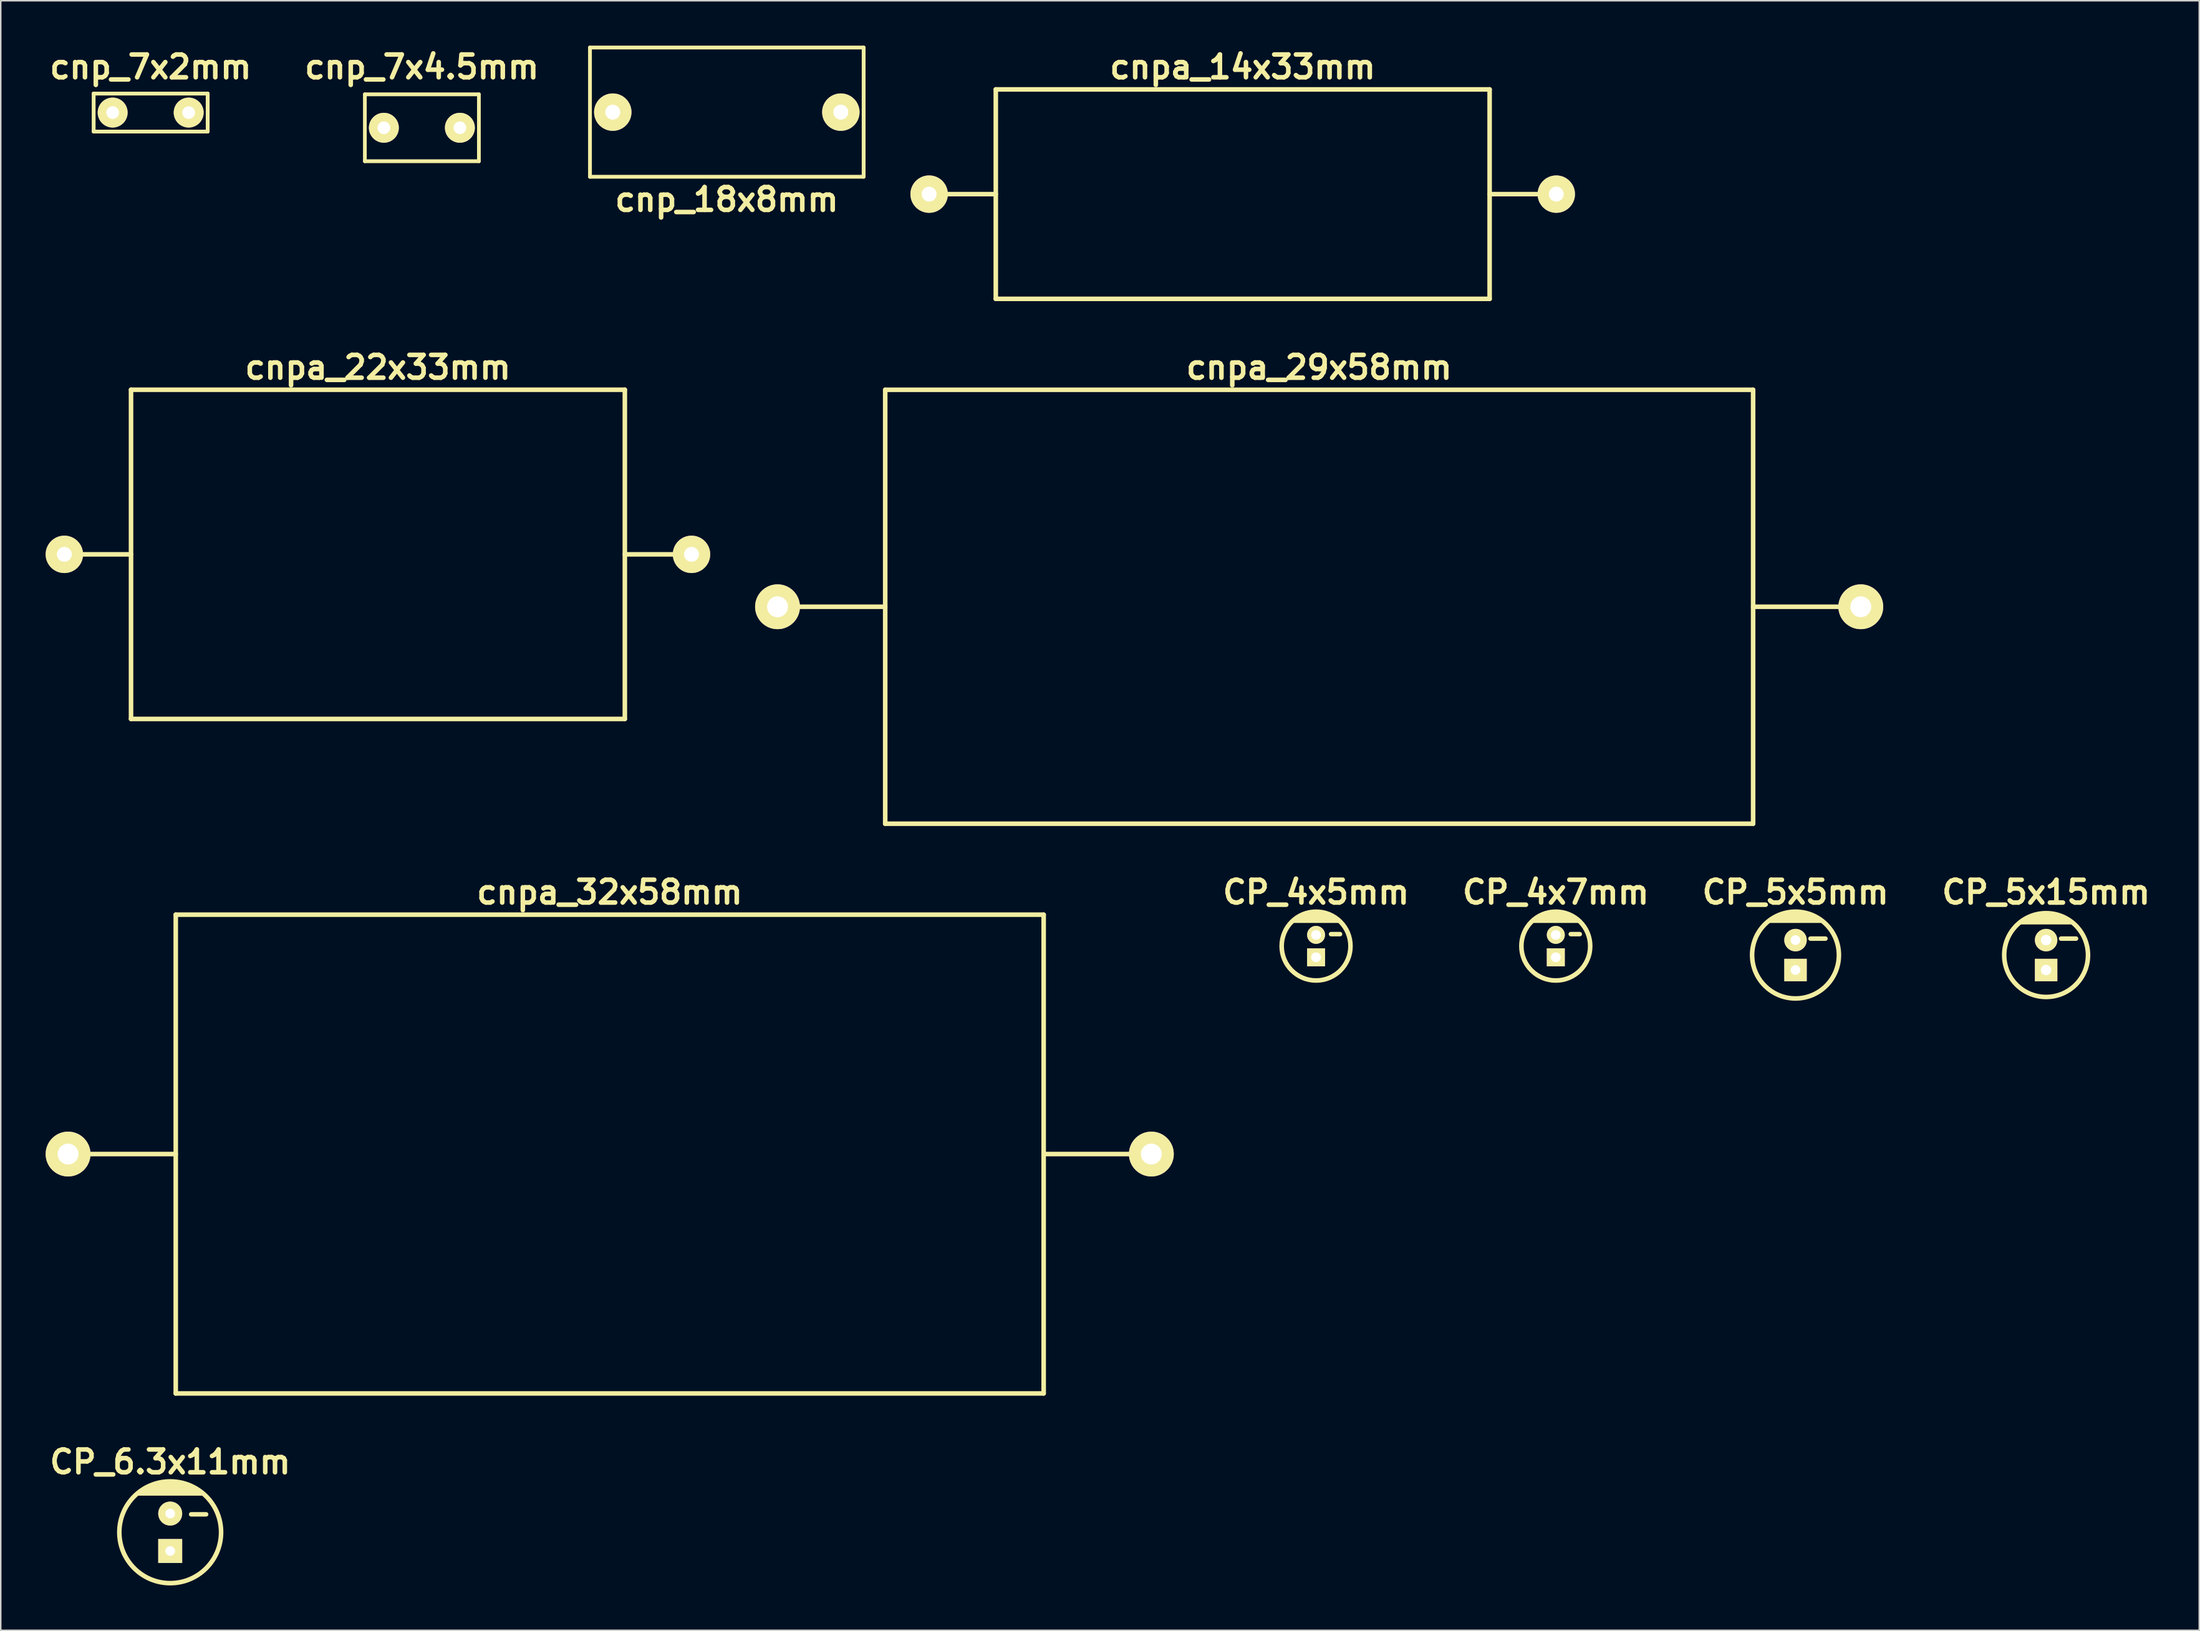
<source format=kicad_pcb>
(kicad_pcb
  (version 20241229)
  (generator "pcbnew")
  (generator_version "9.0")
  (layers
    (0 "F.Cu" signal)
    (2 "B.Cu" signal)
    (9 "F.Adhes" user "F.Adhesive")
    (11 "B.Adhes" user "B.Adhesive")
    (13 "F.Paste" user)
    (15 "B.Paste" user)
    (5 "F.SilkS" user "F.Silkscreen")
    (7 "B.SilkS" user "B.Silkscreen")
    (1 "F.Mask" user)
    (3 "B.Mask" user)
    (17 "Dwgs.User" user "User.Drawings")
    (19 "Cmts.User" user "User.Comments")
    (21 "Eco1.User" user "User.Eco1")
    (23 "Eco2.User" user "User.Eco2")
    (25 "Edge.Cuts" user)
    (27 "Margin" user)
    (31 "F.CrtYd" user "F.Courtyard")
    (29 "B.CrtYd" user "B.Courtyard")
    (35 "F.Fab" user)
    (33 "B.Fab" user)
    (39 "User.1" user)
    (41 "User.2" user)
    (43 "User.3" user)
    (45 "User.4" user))
  (footprint "cnp_7x2mm"
    (layer "F.Cu")
    (at 7.018 4.474)
    (property "Reference" "cnp_7x2mm" (at 0 -3.048 0) (layer "F.SilkS") (effects (font (size 1.524 1.524) (thickness 0.305))))
    (attr through_hole)
    (fp_line (start -3.81 -1.27) (end 3.81 -1.27) (stroke (width 0.254) (type solid)) (layer "F.SilkS"))
    (fp_line (start -3.81 1.27) (end -3.81 -1.27) (stroke (width 0.254) (type solid)) (layer "F.SilkS"))
    (fp_line (start 3.81 -1.27) (end 3.81 1.27) (stroke (width 0.254) (type solid)) (layer "F.SilkS"))
    (fp_line (start 3.81 1.27) (end -3.81 1.27) (stroke (width 0.254) (type solid)) (layer "F.SilkS"))
    (pad "1" thru_hole circle (at -2.54 0) (size 1.999 1.999) (drill 0.848) (layers "*.Cu" "*.Mask" "F.SilkS"))
    (pad "2" thru_hole circle (at 2.54 0) (size 1.999 1.999) (drill 0.848) (layers "*.Cu" "*.Mask" "F.SilkS")))
  (footprint "CP_4x5mm"
    (layer "F.Cu")
    (at 84.897 60.184)
    (property "Reference" "CP_4x5mm" (at 0 -3.6 0) (layer "F.SilkS") (effects (font (size 1.524 1.524) (thickness 0.305))))
    (attr through_hole)
    (fp_line (start -1.5 -1.7) (end 1.5 -1.7) (stroke (width 0.305) (type solid)) (layer "F.SilkS"))
    (fp_line (start -1.2 -1.9) (end 1.2 -1.9) (stroke (width 0.305) (type solid)) (layer "F.SilkS"))
    (fp_line (start -0.7 -2.1) (end 0.7 -2.1) (stroke (width 0.305) (type solid)) (layer "F.SilkS"))
    (fp_line (start 1 -0.8) (end 1.6 -0.8) (stroke (width 0.3) (type solid)) (layer "F.SilkS"))
    (fp_circle (center 0 0) (end -2.3 0) (stroke (width 0.305) (type solid)) (fill no) (layer "F.SilkS"))
    (pad "1" thru_hole rect (at 0 0.75) (size 1.2 1.2) (drill 0.65) (layers "*.Cu" "*.Mask" "F.SilkS"))
    (pad "2" thru_hole circle (at 0 -0.75) (size 1.2 1.2) (drill 0.65) (layers "*.Cu" "*.Mask" "F.SilkS")))
  (footprint "cnpa_22x33mm"
    (layer "F.Cu")
    (at 22.205 34.001)
    (property "Reference" "cnpa_22x33mm" (at 0 -12.497 0) (layer "F.SilkS") (effects (font (size 1.524 1.524) (thickness 0.305))))
    (attr through_hole)
    (fp_line (start -16.5 -11.001) (end 16.5 -11.001) (stroke (width 0.305) (type solid)) (layer "F.SilkS"))
    (fp_line (start -16.5 0) (end -21.001 0) (stroke (width 0.305) (type solid)) (layer "F.SilkS"))
    (fp_line (start -16.5 11.001) (end -16.5 -11.001) (stroke (width 0.305) (type solid)) (layer "F.SilkS"))
    (fp_line (start 16.5 -11.001) (end 16.5 11.001) (stroke (width 0.305) (type solid)) (layer "F.SilkS"))
    (fp_line (start 16.5 11.001) (end -16.5 11.001) (stroke (width 0.305) (type solid)) (layer "F.SilkS"))
    (fp_line (start 20.998 0) (end 16.497 0) (stroke (width 0.305) (type solid)) (layer "F.SilkS"))
    (pad "1" thru_hole circle (at 20.955 0) (size 2.499 2.499) (drill 0.996) (layers "*.Cu" "*.Mask" "F.SilkS"))
    (pad "2" thru_hole circle (at -20.955 0) (size 2.499 2.499) (drill 0.996) (layers "*.Cu" "*.Mask" "F.SilkS")))
  (footprint "CP_5x5mm"
    (layer "F.Cu")
    (at 116.935 60.784)
    (property "Reference" "CP_5x5mm" (at 0 -4.2 0) (layer "F.SilkS") (effects (font (size 1.524 1.524) (thickness 0.305))))
    (attr through_hole)
    (fp_line (start -1.7 -2.3) (end 1.7 -2.3) (stroke (width 0.305) (type solid)) (layer "F.SilkS"))
    (fp_line (start -1.3 -2.5) (end 1.3 -2.5) (stroke (width 0.305) (type solid)) (layer "F.SilkS"))
    (fp_line (start -0.8 -2.7) (end 0.8 -2.7) (stroke (width 0.305) (type solid)) (layer "F.SilkS"))
    (fp_line (start 1 -1.1) (end 2 -1.1) (stroke (width 0.3) (type solid)) (layer "F.SilkS"))
    (fp_circle (center 0 0) (end 2.9 0) (stroke (width 0.305) (type solid)) (fill no) (layer "F.SilkS"))
    (pad "1" thru_hole rect (at 0 1) (size 1.5 1.5) (drill 0.65) (layers "*.Cu" "*.Mask" "F.SilkS"))
    (pad "2" thru_hole circle (at 0 -1) (size 1.5 1.5) (drill 0.65) (layers "*.Cu" "*.Mask" "F.SilkS")))
  (footprint "cnpa_32x58mm"
    (layer "F.Cu")
    (at 37.694 74.084)
    (property "Reference" "cnpa_32x58mm" (at 0 -17.501 0) (layer "F.SilkS") (effects (font (size 1.524 1.524) (thickness 0.305))))
    (attr through_hole)
    (fp_line (start -28.999 -15.999) (end 28.999 -15.999) (stroke (width 0.305) (type solid)) (layer "F.SilkS"))
    (fp_line (start -28.999 0) (end -36.5 0) (stroke (width 0.305) (type solid)) (layer "F.SilkS"))
    (fp_line (start -28.999 15.999) (end -28.999 -15.999) (stroke (width 0.305) (type solid)) (layer "F.SilkS"))
    (fp_line (start 28.999 -15.999) (end 28.999 15.999) (stroke (width 0.305) (type solid)) (layer "F.SilkS"))
    (fp_line (start 28.999 0) (end 36.5 0) (stroke (width 0.305) (type solid)) (layer "F.SilkS"))
    (fp_line (start 28.999 15.999) (end -28.999 15.999) (stroke (width 0.305) (type solid)) (layer "F.SilkS"))
    (pad "1" thru_hole circle (at 36.195 0) (size 2.997 2.997) (drill 1.397) (layers "*.Cu" "*.Mask" "F.SilkS"))
    (pad "2" thru_hole circle (at -36.195 0) (size 2.997 2.997) (drill 1.397) (layers "*.Cu" "*.Mask" "F.SilkS")))
  (footprint "CP_5x15mm"
    (layer "F.Cu")
    (at 133.681 60.784)
    (property "Reference" "CP_5x15mm" (at 0 -4.2 0) (layer "F.SilkS") (effects (font (size 1.524 1.524) (thickness 0.305))))
    (attr through_hole)
    (fp_line (start -1.7 -2.2) (end 1.7 -2.2) (stroke (width 0.305) (type solid)) (layer "F.SilkS"))
    (fp_line (start -1.3 -2.4) (end 1.3 -2.4) (stroke (width 0.305) (type solid)) (layer "F.SilkS"))
    (fp_line (start -0.8 -2.6) (end 0.8 -2.6) (stroke (width 0.305) (type solid)) (layer "F.SilkS"))
    (fp_line (start 1 -1.1) (end 2 -1.1) (stroke (width 0.3) (type solid)) (layer "F.SilkS"))
    (fp_circle (center 0 0) (end 2.8 0) (stroke (width 0.305) (type solid)) (fill no) (layer "F.SilkS"))
    (pad "1" thru_hole rect (at 0 1) (size 1.5 1.5) (drill 0.7) (layers "*.Cu" "*.Mask" "F.SilkS"))
    (pad "2" thru_hole circle (at 0 -1) (size 1.5 1.5) (drill 0.7) (layers "*.Cu" "*.Mask" "F.SilkS")))
  (footprint "cnp_7x4.5mm"
    (layer "F.Cu")
    (at 25.142 5.49)
    (property "Reference" "cnp_7x4.5mm" (at 0 -4.064 0) (layer "F.SilkS") (effects (font (size 1.524 1.524) (thickness 0.305))))
    (attr through_hole)
    (fp_line (start -3.81 -2.235) (end 3.81 -2.235) (stroke (width 0.254) (type solid)) (layer "F.SilkS"))
    (fp_line (start -3.81 2.235) (end -3.81 -2.235) (stroke (width 0.249) (type solid)) (layer "F.SilkS"))
    (fp_line (start 3.81 2.235) (end -3.81 2.235) (stroke (width 0.254) (type solid)) (layer "F.SilkS"))
    (fp_line (start 3.81 2.235) (end 3.81 -2.235) (stroke (width 0.249) (type solid)) (layer "F.SilkS"))
    (pad "1" thru_hole circle (at -2.54 0) (size 1.999 1.999) (drill 0.848) (layers "*.Cu" "*.Mask" "F.SilkS"))
    (pad "2" thru_hole circle (at 2.54 0) (size 1.999 1.999) (drill 0.848) (layers "*.Cu" "*.Mask" "F.SilkS")))
  (footprint "CP_4x7mm"
    (layer "F.Cu")
    (at 100.916 60.184)
    (property "Reference" "CP_4x7mm" (at 0 -3.6 0) (layer "F.SilkS") (effects (font (size 1.524 1.524) (thickness 0.305))))
    (attr through_hole)
    (fp_line (start -1.5 -1.7) (end 1.5 -1.7) (stroke (width 0.305) (type solid)) (layer "F.SilkS"))
    (fp_line (start -1.2 -1.9) (end 1.2 -1.9) (stroke (width 0.305) (type solid)) (layer "F.SilkS"))
    (fp_line (start -0.7 -2.1) (end 0.7 -2.1) (stroke (width 0.305) (type solid)) (layer "F.SilkS"))
    (fp_line (start 1 -0.8) (end 1.6 -0.8) (stroke (width 0.3) (type solid)) (layer "F.SilkS"))
    (fp_circle (center 0 0) (end -2.3 0) (stroke (width 0.305) (type solid)) (fill no) (layer "F.SilkS"))
    (pad "1" thru_hole rect (at 0 0.75) (size 1.2 1.2) (drill 0.65) (layers "*.Cu" "*.Mask" "F.SilkS"))
    (pad "2" thru_hole circle (at 0 -0.75) (size 1.2 1.2) (drill 0.65) (layers "*.Cu" "*.Mask" "F.SilkS")))
  (footprint "CP_6.3x11mm"
    (layer "F.Cu")
    (at 8.324 99.363)
    (property "Reference" "CP_6.3x11mm" (at 0 -4.7 0) (layer "F.SilkS") (effects (font (size 1.524 1.524) (thickness 0.305))))
    (attr through_hole)
    (fp_line (start -2.1 -2.6) (end 2.1 -2.6) (stroke (width 0.305) (type solid)) (layer "F.SilkS"))
    (fp_line (start -1.8 -2.8) (end 1.8 -2.8) (stroke (width 0.305) (type solid)) (layer "F.SilkS"))
    (fp_line (start -1.4 -3) (end 1.4 -3) (stroke (width 0.305) (type solid)) (layer "F.SilkS"))
    (fp_line (start -0.8 -3.2) (end 0.9 -3.2) (stroke (width 0.305) (type solid)) (layer "F.SilkS"))
    (fp_line (start 1.4 -1.2) (end 2.4 -1.2) (stroke (width 0.3) (type solid)) (layer "F.SilkS"))
    (fp_circle (center 0 0) (end -3.4 0) (stroke (width 0.305) (type solid)) (fill no) (layer "F.SilkS"))
    (pad "1" thru_hole rect (at 0 1.25) (size 1.6 1.6) (drill 0.65) (layers "*.Cu" "*.Mask" "F.SilkS"))
    (pad "2" thru_hole circle (at 0 -1.25) (size 1.6 1.6) (drill 0.65) (layers "*.Cu" "*.Mask" "F.SilkS")))
  (footprint "cnpa_29x58mm"
    (layer "F.Cu")
    (at 85.103 37.504)
    (property "Reference" "cnpa_29x58mm" (at 0 -15.999 0) (layer "F.SilkS") (effects (font (size 1.524 1.524) (thickness 0.305))))
    (attr through_hole)
    (fp_line (start -28.999 -14.501) (end 28.999 -14.501) (stroke (width 0.305) (type solid)) (layer "F.SilkS"))
    (fp_line (start -28.999 0) (end -36.5 0) (stroke (width 0.305) (type solid)) (layer "F.SilkS"))
    (fp_line (start -28.999 14.501) (end -28.999 -14.501) (stroke (width 0.305) (type solid)) (layer "F.SilkS"))
    (fp_line (start 28.999 -14.501) (end 28.999 14.501) (stroke (width 0.305) (type solid)) (layer "F.SilkS"))
    (fp_line (start 28.999 0) (end 36.5 0) (stroke (width 0.305) (type solid)) (layer "F.SilkS"))
    (fp_line (start 28.999 14.501) (end -28.999 14.501) (stroke (width 0.305) (type solid)) (layer "F.SilkS"))
    (pad "1" thru_hole circle (at 36.195 0) (size 2.997 2.997) (drill 1.397) (layers "*.Cu" "*.Mask" "F.SilkS"))
    (pad "2" thru_hole circle (at -36.195 0) (size 2.997 2.997) (drill 1.397) (layers "*.Cu" "*.Mask" "F.SilkS")))
  (footprint "cnpa_14x33mm"
    (layer "F.Cu")
    (at 79.994 9.925)
    (property "Reference" "cnpa_14x33mm" (at 0 -8.499 0) (layer "F.SilkS") (effects (font (size 1.524 1.524) (thickness 0.305))))
    (attr through_hole)
    (fp_line (start -16.5 -7) (end -16.5 7) (stroke (width 0.305) (type solid)) (layer "F.SilkS"))
    (fp_line (start -16.5 -7) (end 16.5 -7) (stroke (width 0.305) (type solid)) (layer "F.SilkS"))
    (fp_line (start -16.5 0) (end -21.001 0) (stroke (width 0.305) (type solid)) (layer "F.SilkS"))
    (fp_line (start 16.5 -7) (end 16.5 7) (stroke (width 0.305) (type solid)) (layer "F.SilkS"))
    (fp_line (start 16.5 7) (end -16.5 7) (stroke (width 0.305) (type solid)) (layer "F.SilkS"))
    (fp_line (start 20.998 0) (end 16.497 0) (stroke (width 0.305) (type solid)) (layer "F.SilkS"))
    (pad "1" thru_hole circle (at 20.955 0) (size 2.499 2.499) (drill 0.996) (layers "*.Cu" "*.Mask" "F.SilkS"))
    (pad "2" thru_hole circle (at -20.955 0) (size 2.499 2.499) (drill 0.996) (layers "*.Cu" "*.Mask" "F.SilkS")))
  (footprint "cnp_18x8mm"
    (layer "F.Cu")
    (at 45.519 4.445)
    (property "Reference" "cnp_18x8mm" (at 0 5.842 0) (layer "F.SilkS") (effects (font (size 1.524 1.524) (thickness 0.305))))
    (attr through_hole)
    (fp_line (start -9.144 -4.318) (end 9.144 -4.318) (stroke (width 0.254) (type solid)) (layer "F.SilkS"))
    (fp_line (start -9.144 4.318) (end -9.144 -4.318) (stroke (width 0.254) (type solid)) (layer "F.SilkS"))
    (fp_line (start 9.144 -4.318) (end 9.144 4.318) (stroke (width 0.254) (type solid)) (layer "F.SilkS"))
    (fp_line (start 9.144 4.318) (end -9.144 4.318) (stroke (width 0.254) (type solid)) (layer "F.SilkS"))
    (pad "1" thru_hole circle (at 7.62 0) (size 2.499 2.499) (drill 1.001) (layers "*.Cu" "*.Mask" "F.SilkS"))
    (pad "2" thru_hole circle (at -7.62 0) (size 2.499 2.499) (drill 1.001) (layers "*.Cu" "*.Mask" "F.SilkS")))
  (gr_rect
    (start -3 -3)
    (end 143.916 105.915)
    (stroke (width 0.1) (type default))
    (fill no)
    (layer "Edge.Cuts")))
</source>
